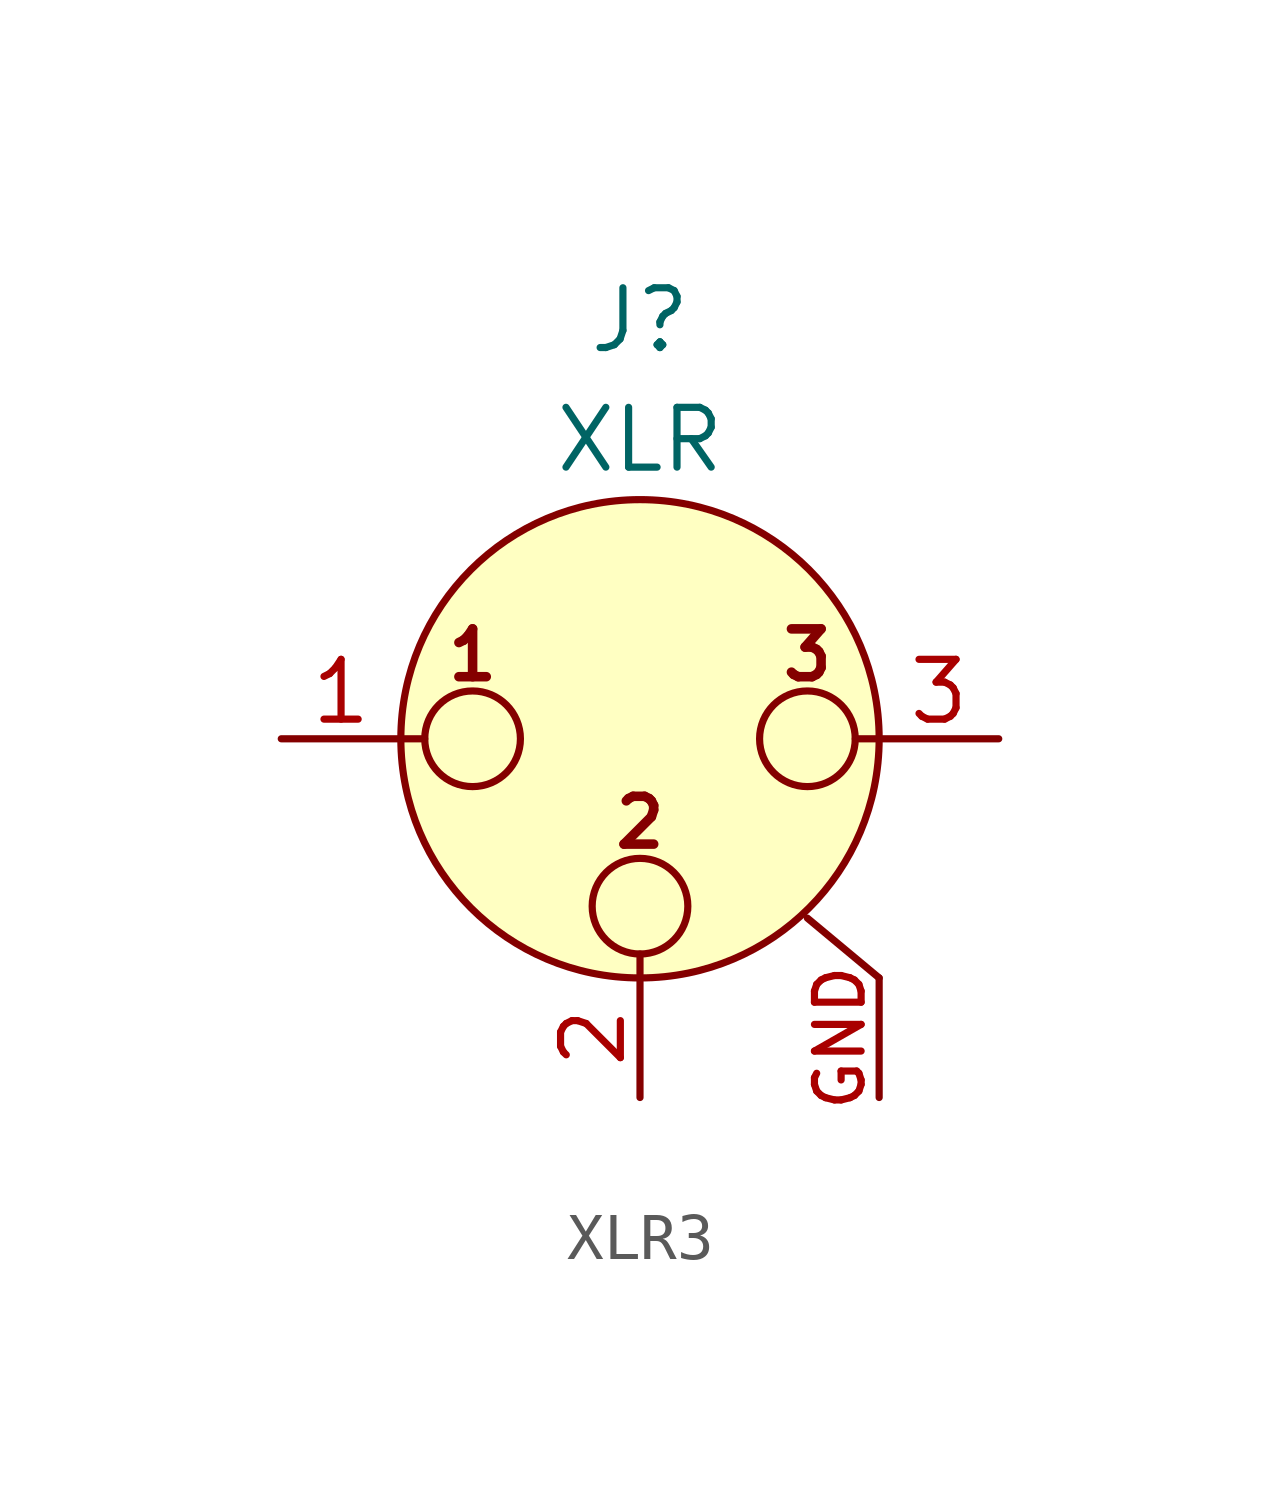
<source format=kicad_sym>
(kicad_symbol_lib
  (version 20231120)
  (generator "kicad_symbol_editor")
  (generator_version "8.0")
  (symbol "XLR3"
    (pin_names hide)
    (property "Reference" "J"
      (at 0 8.89 0)
      (effects (font (size 1.27 1.27))))
    (property "Value" "XLR"
      (at 0 6.35 0)
      (effects (font (size 1.27 1.27))))
    (symbol "XLR3_0_1"
      (circle (center -3.556 0) (radius 1.016) (stroke (width 0) (type default)) (fill (type none)))
      (circle (center 0 -3.556) (radius 1.016) (stroke (width 0) (type default)) (fill (type none)))
      (polyline (pts (xy -5.08 0) (xy -4.572 0)) (stroke (width 0) (type default)) (fill (type none)))
      (polyline (pts (xy 0 -5.08) (xy 0 -4.572)) (stroke (width 0) (type default)) (fill (type none)))
      (polyline (pts (xy 5.08 0) (xy 4.572 0)) (stroke (width 0) (type default)) (fill (type none)))
      (circle (center 0 0) (radius 5.08) (stroke (width 0) (type default)) (fill (type background)))
      (circle (center 3.556 0) (radius 1.016) (stroke (width 0) (type default)) (fill (type none)))
      (text "1" (at -3.556 1.778 0) (effects (font (size 1.016 1.016) (bold yes))))
      (pin passive line (at -7.62 0 0) (length 2.54) (name "~" (effects (font (size 1.27 1.27)))) (number "1" (effects (font (size 1.27 1.27))))))
    (symbol "XLR3_1_1"
      (polyline (pts (xy 5.08 -5.08) (xy 3.556 -3.81)) (stroke (width 0) (type default)) (fill (type none)))
      (text "2" (at 0 -1.778 0) (effects (font (size 1.016 1.016) (bold yes))))
      (text "3" (at 3.556 1.778 0) (effects (font (size 1.016 1.016) (bold yes))))
      (pin passive line (at 0 -7.62 90) (length 2.54) (name "~" (effects (font (size 1.27 1.27)))) (number "2" (effects (font (size 1.27 1.27)))))
      (pin passive line (at 7.62 0 180) (length 2.54) (name "~" (effects (font (size 1.27 1.27)))) (number "3" (effects (font (size 1.27 1.27)))))
      (pin passive line (at 5.08 -7.62 90) (length 2.54) (name "~" (effects (font (size 0.991 0.991)))) (number "GND" (effects (font (size 0.991 0.991))))))))
</source>
